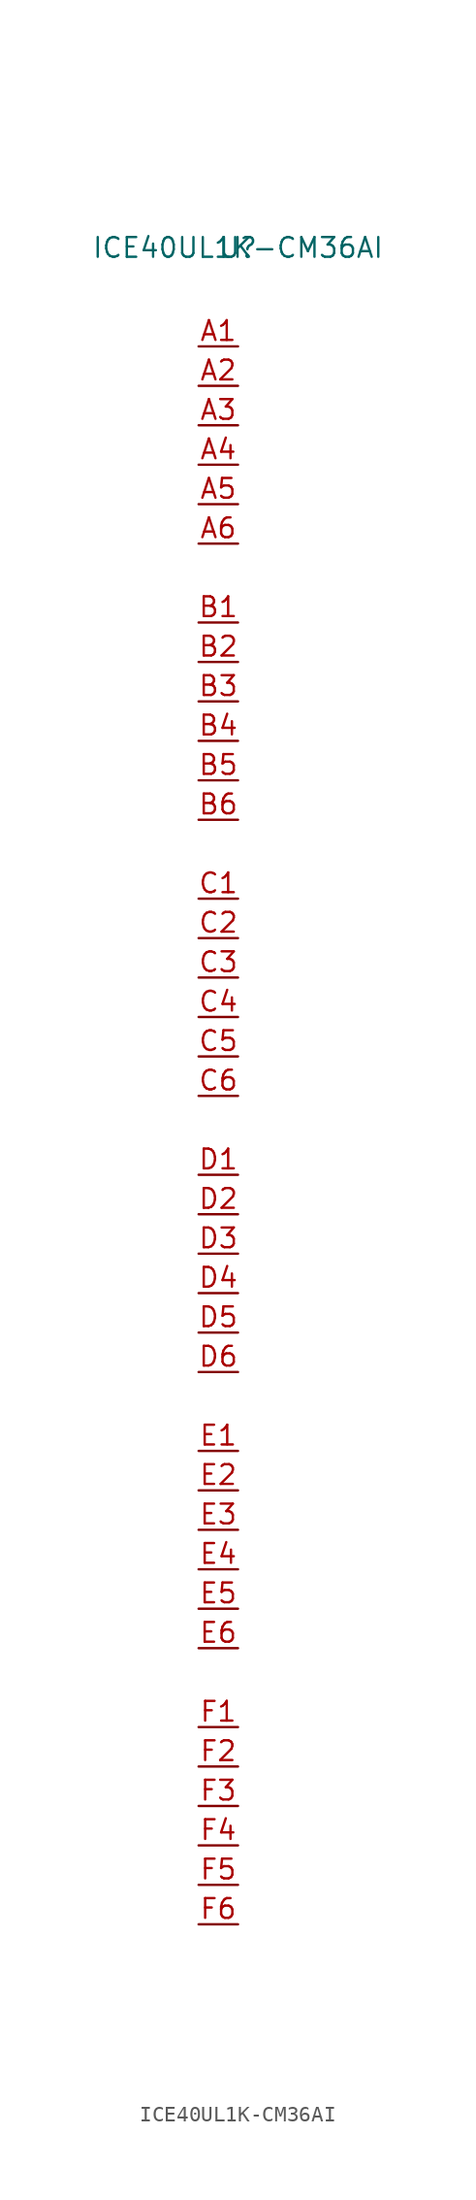
<source format=kicad_sym>
(kicad_symbol_lib
  (version 20241209)
  (generator "kicad_symbol_editor")
  (generator_version "9.0")
  (symbol "ICE40UL1K-CM36AI"
    (property "Reference" "U"
      (at 0 0 0)
      (effects (font (size 1.27 1.27))))
    (property "Value" "ICE40UL1K-CM36AI"
      (at 0 0 0)
      (effects (font (size 1.27 1.27))))
    (symbol "ICE40UL1K-CM36AI_1_1"
      (pin input line (at -2.54 -6.35 0) (length 2.54) (name "" (effects (font (size 1.27 1.27)))) (number "A1" (effects (font (size 1.27 1.27)))))
      (pin input line (at -2.54 -8.89 0) (length 2.54) (name "" (effects (font (size 1.27 1.27)))) (number "A2" (effects (font (size 1.27 1.27)))))
      (pin input line (at -2.54 -11.43 0) (length 2.54) (name "" (effects (font (size 1.27 1.27)))) (number "A3" (effects (font (size 1.27 1.27)))))
      (pin input line (at -2.54 -13.97 0) (length 2.54) (name "" (effects (font (size 1.27 1.27)))) (number "A4" (effects (font (size 1.27 1.27)))))
      (pin input line (at -2.54 -16.51 0) (length 2.54) (name "" (effects (font (size 1.27 1.27)))) (number "A5" (effects (font (size 1.27 1.27)))))
      (pin input line (at -2.54 -19.05 0) (length 2.54) (name "" (effects (font (size 1.27 1.27)))) (number "A6" (effects (font (size 1.27 1.27)))))
      (pin input line (at -2.54 -24.13 0) (length 2.54) (name "" (effects (font (size 1.27 1.27)))) (number "B1" (effects (font (size 1.27 1.27)))))
      (pin input line (at -2.54 -26.67 0) (length 2.54) (name "" (effects (font (size 1.27 1.27)))) (number "B2" (effects (font (size 1.27 1.27)))))
      (pin input line (at -2.54 -29.21 0) (length 2.54) (name "" (effects (font (size 1.27 1.27)))) (number "B3" (effects (font (size 1.27 1.27)))))
      (pin input line (at -2.54 -31.75 0) (length 2.54) (name "" (effects (font (size 1.27 1.27)))) (number "B4" (effects (font (size 1.27 1.27)))))
      (pin input line (at -2.54 -34.29 0) (length 2.54) (name "" (effects (font (size 1.27 1.27)))) (number "B5" (effects (font (size 1.27 1.27)))))
      (pin input line (at -2.54 -36.83 0) (length 2.54) (name "" (effects (font (size 1.27 1.27)))) (number "B6" (effects (font (size 1.27 1.27)))))
      (pin input line (at -2.54 -41.91 0) (length 2.54) (name "" (effects (font (size 1.27 1.27)))) (number "C1" (effects (font (size 1.27 1.27)))))
      (pin input line (at -2.54 -44.45 0) (length 2.54) (name "" (effects (font (size 1.27 1.27)))) (number "C2" (effects (font (size 1.27 1.27)))))
      (pin input line (at -2.54 -46.99 0) (length 2.54) (name "" (effects (font (size 1.27 1.27)))) (number "C3" (effects (font (size 1.27 1.27)))))
      (pin input line (at -2.54 -49.53 0) (length 2.54) (name "" (effects (font (size 1.27 1.27)))) (number "C4" (effects (font (size 1.27 1.27)))))
      (pin input line (at -2.54 -52.07 0) (length 2.54) (name "" (effects (font (size 1.27 1.27)))) (number "C5" (effects (font (size 1.27 1.27)))))
      (pin input line (at -2.54 -54.61 0) (length 2.54) (name "" (effects (font (size 1.27 1.27)))) (number "C6" (effects (font (size 1.27 1.27)))))
      (pin input line (at -2.54 -59.69 0) (length 2.54) (name "" (effects (font (size 1.27 1.27)))) (number "D1" (effects (font (size 1.27 1.27)))))
      (pin input line (at -2.54 -62.23 0) (length 2.54) (name "" (effects (font (size 1.27 1.27)))) (number "D2" (effects (font (size 1.27 1.27)))))
      (pin input line (at -2.54 -64.77 0) (length 2.54) (name "" (effects (font (size 1.27 1.27)))) (number "D3" (effects (font (size 1.27 1.27)))))
      (pin input line (at -2.54 -67.31 0) (length 2.54) (name "" (effects (font (size 1.27 1.27)))) (number "D4" (effects (font (size 1.27 1.27)))))
      (pin input line (at -2.54 -69.85 0) (length 2.54) (name "" (effects (font (size 1.27 1.27)))) (number "D5" (effects (font (size 1.27 1.27)))))
      (pin input line (at -2.54 -72.39 0) (length 2.54) (name "" (effects (font (size 1.27 1.27)))) (number "D6" (effects (font (size 1.27 1.27)))))
      (pin input line (at -2.54 -77.47 0) (length 2.54) (name "" (effects (font (size 1.27 1.27)))) (number "E1" (effects (font (size 1.27 1.27)))))
      (pin input line (at -2.54 -80.01 0) (length 2.54) (name "" (effects (font (size 1.27 1.27)))) (number "E2" (effects (font (size 1.27 1.27)))))
      (pin input line (at -2.54 -82.55 0) (length 2.54) (name "" (effects (font (size 1.27 1.27)))) (number "E3" (effects (font (size 1.27 1.27)))))
      (pin input line (at -2.54 -85.09 0) (length 2.54) (name "" (effects (font (size 1.27 1.27)))) (number "E4" (effects (font (size 1.27 1.27)))))
      (pin input line (at -2.54 -87.63 0) (length 2.54) (name "" (effects (font (size 1.27 1.27)))) (number "E5" (effects (font (size 1.27 1.27)))))
      (pin input line (at -2.54 -90.17 0) (length 2.54) (name "" (effects (font (size 1.27 1.27)))) (number "E6" (effects (font (size 1.27 1.27)))))
      (pin input line (at -2.54 -95.25 0) (length 2.54) (name "" (effects (font (size 1.27 1.27)))) (number "F1" (effects (font (size 1.27 1.27)))))
      (pin input line (at -2.54 -97.79 0) (length 2.54) (name "" (effects (font (size 1.27 1.27)))) (number "F2" (effects (font (size 1.27 1.27)))))
      (pin input line (at -2.54 -100.33 0) (length 2.54) (name "" (effects (font (size 1.27 1.27)))) (number "F3" (effects (font (size 1.27 1.27)))))
      (pin input line (at -2.54 -102.87 0) (length 2.54) (name "" (effects (font (size 1.27 1.27)))) (number "F4" (effects (font (size 1.27 1.27)))))
      (pin input line (at -2.54 -105.41 0) (length 2.54) (name "" (effects (font (size 1.27 1.27)))) (number "F5" (effects (font (size 1.27 1.27)))))
      (pin input line (at -2.54 -107.95 0) (length 2.54) (name "" (effects (font (size 1.27 1.27)))) (number "F6" (effects (font (size 1.27 1.27))))))))
</source>
